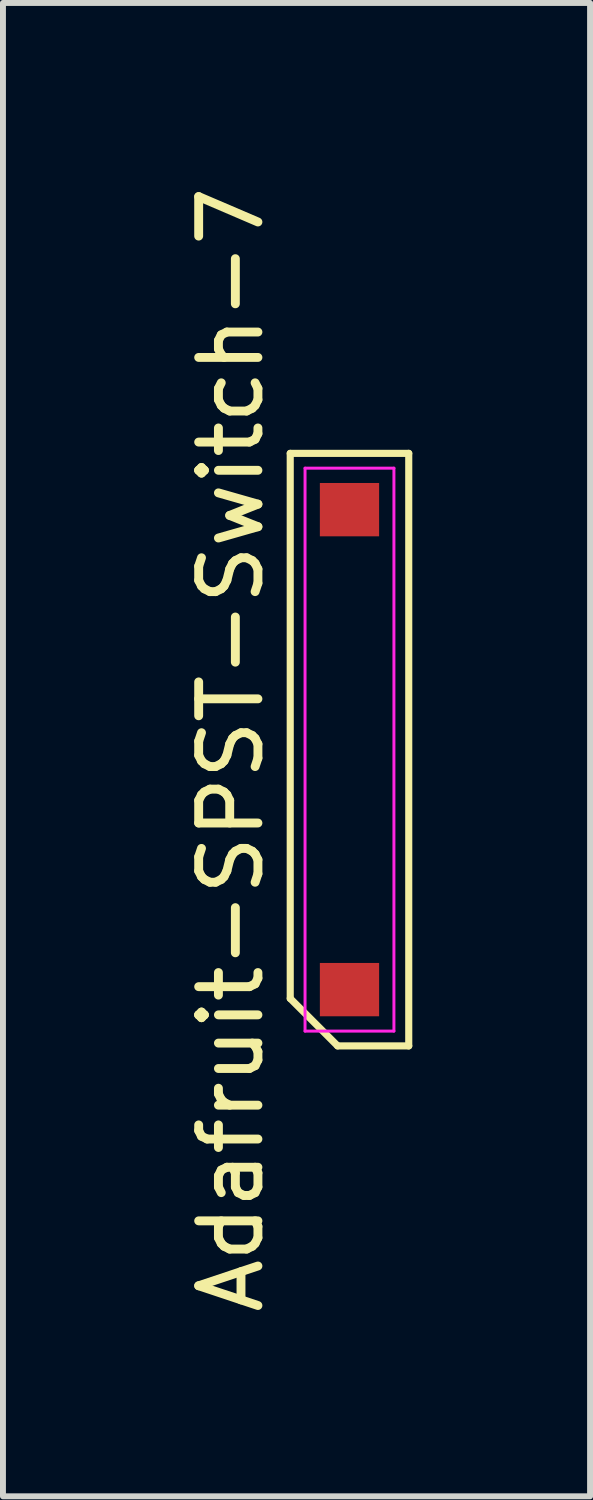
<source format=kicad_pcb>
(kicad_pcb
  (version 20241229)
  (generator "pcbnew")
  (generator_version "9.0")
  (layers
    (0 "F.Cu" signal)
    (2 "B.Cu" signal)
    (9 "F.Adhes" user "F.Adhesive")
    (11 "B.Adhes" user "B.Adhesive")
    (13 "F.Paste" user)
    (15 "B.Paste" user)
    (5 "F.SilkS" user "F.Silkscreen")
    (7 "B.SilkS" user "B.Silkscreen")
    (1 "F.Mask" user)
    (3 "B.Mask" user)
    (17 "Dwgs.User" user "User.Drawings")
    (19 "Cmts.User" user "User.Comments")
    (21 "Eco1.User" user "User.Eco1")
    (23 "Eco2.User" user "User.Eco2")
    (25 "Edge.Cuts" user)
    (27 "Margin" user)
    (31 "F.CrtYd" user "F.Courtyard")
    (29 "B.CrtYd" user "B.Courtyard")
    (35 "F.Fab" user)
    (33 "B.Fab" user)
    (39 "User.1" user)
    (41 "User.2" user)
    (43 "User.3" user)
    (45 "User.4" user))
  (footprint "Adafruit-SPST-Switch-7"
    (layer "F.Cu")
    (at 2.848 9.601)
    (property "Reference" "Adafruit-SPST-Switch-7" (at -2 0 90) (layer "F.SilkS") (effects (font (size 1 1) (thickness 0.15))))
    (attr smd)
    (fp_line (start -1 -5) (end 1 -5) (stroke (width 0.12) (type default)) (layer "F.SilkS"))
    (fp_line (start -1 4.2) (end -1 -5) (stroke (width 0.12) (type default)) (layer "F.SilkS"))
    (fp_line (start -0.2 5) (end -1 4.2) (stroke (width 0.12) (type default)) (layer "F.SilkS"))
    (fp_line (start 1 -5) (end 1 5) (stroke (width 0.12) (type default)) (layer "F.SilkS"))
    (fp_line (start 1 5) (end -0.2 5) (stroke (width 0.12) (type default)) (layer "F.SilkS"))
    (fp_line (start -0.75 -4.75) (end 0.75 -4.75) (stroke (width 0.05) (type default)) (layer "F.CrtYd"))
    (fp_line (start -0.75 4.75) (end -0.75 -4.75) (stroke (width 0.05) (type default)) (layer "F.CrtYd"))
    (fp_line (start 0.75 -4.75) (end 0.75 4.75) (stroke (width 0.05) (type default)) (layer "F.CrtYd"))
    (fp_line (start 0.75 4.75) (end -0.75 4.75) (stroke (width 0.05) (type default)) (layer "F.CrtYd"))
    (pad "1" smd rect (at 0 4.05) (size 1 0.9) (layers "F.Cu" "F.Mask" "F.Paste"))
    (pad "2" smd rect (at 0 -4.05) (size 1 0.9) (layers "F.Cu" "F.Mask" "F.Paste")))
  (gr_rect
    (start -3 -3)
    (end 6.908 22.202)
    (stroke (width 0.1) (type default))
    (fill no)
    (layer "Edge.Cuts")))
</source>
